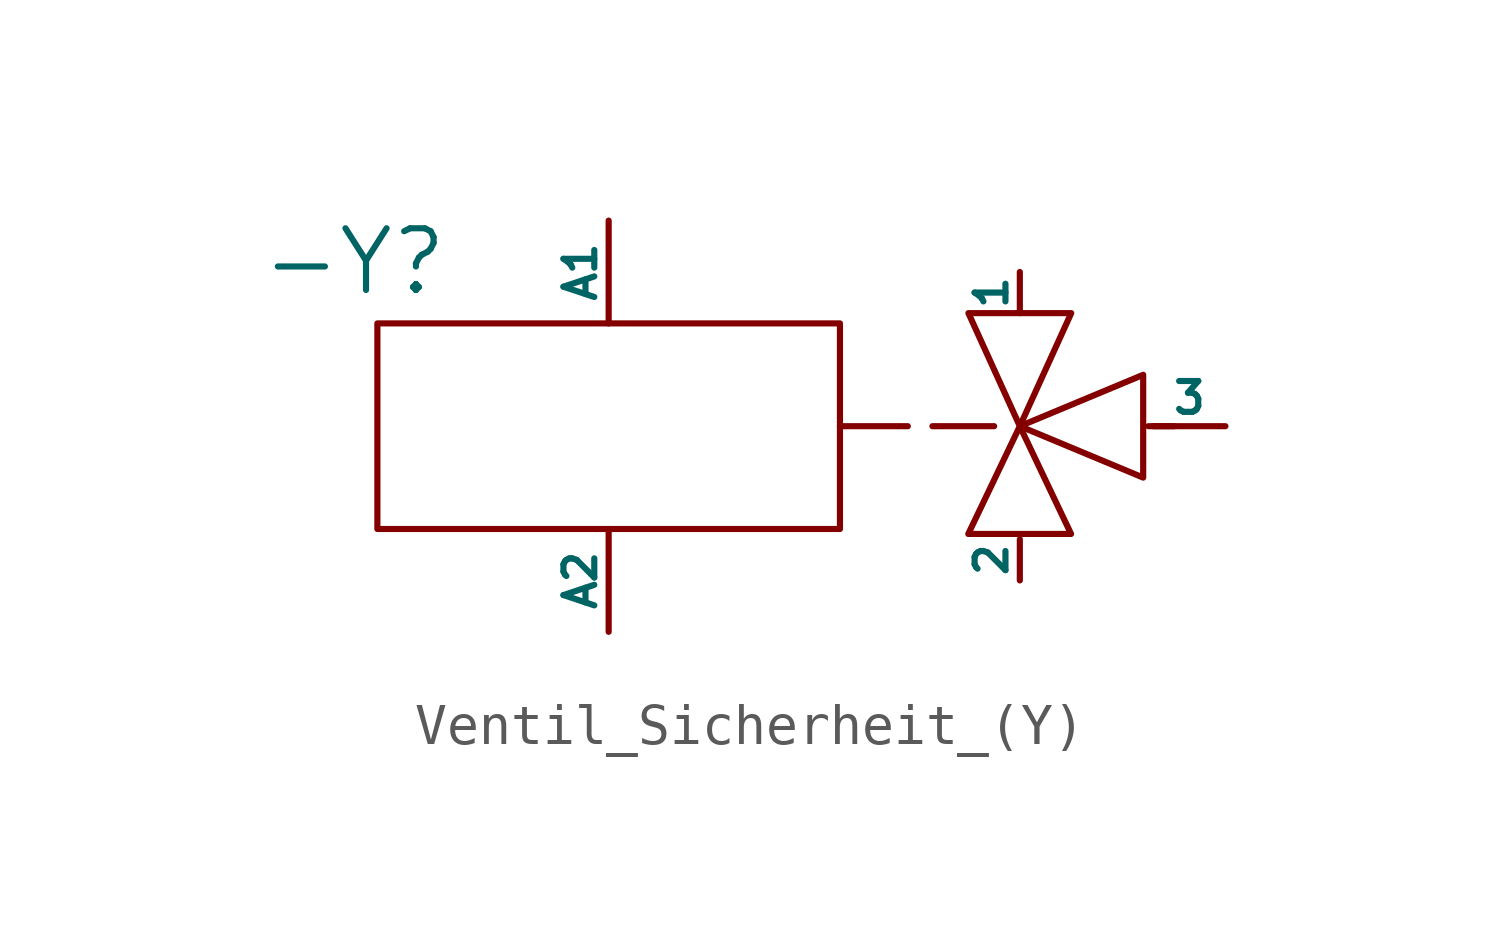
<source format=kicad_sym>
(kicad_symbol_lib
  (version 20241209)
  (generator "kicad_symbol_editor")
  (generator_version "9.0")
  (symbol "Ventil_Sicherheit_(Y)"
    (pin_numbers
      (hide yes))
    (pin_names
      (offset 0))
    (property "Reference" "-Y"
      (at -8.636 4.064 0)
      (do_not_autoplace)
      (effects (font (size 1.524 1.524)) (justify left)))
    (property "Value" ""
      (at 0 0 0)
      (effects (font (size 1.27 1.27))))
    (symbol "Ventil_Sicherheit_(Y)_0_1"
      (rectangle (start -5.715 2.54) (end 5.715 -2.54) (stroke (width 0) (type default)) (fill (type none)))
      (polyline (pts (xy 10.16 0) (xy 13.208 1.27) (xy 13.208 -1.27) (xy 10.16 0)) (stroke (width 0) (type default)) (fill (type none)))
      (polyline (pts (xy 13.335 0) (xy 13.97 0)) (stroke (width 0) (type default)) (fill (type none))))
    (symbol "Ventil_Sicherheit_(Y)_1_1"
      (polyline (pts (xy 5.715 0) (xy 9.525 0)) (stroke (width 0) (type dash)) (fill (type none)))
      (polyline (pts (xy 10.16 0) (xy 8.886 -2.662) (xy 11.426 -2.662) (xy 10.16 0) (xy 8.89 2.794) (xy 11.43 2.794) (xy 10.16 0)) (stroke (width 0) (type solid)) (fill (type none)))
      (pin input line (at 0 5.08 270) (length 2.54) (name "A1" (effects (font (size 0.762 0.762)))) (number "A1" (effects (font (size 0.508 0.508)))))
      (pin output line (at 0 -5.08 90) (length 2.54) (name "A2" (effects (font (size 0.762 0.762)))) (number "A2" (effects (font (size 0.508 0.508)))))
      (pin passive line (at 10.16 3.81 270) (length 1.016) (name "1" (effects (font (size 0.762 0.762)))) (number "1" (effects (font (size 0.508 0.508)))))
      (pin passive line (at 10.16 -3.81 90) (length 1.016) (name "2" (effects (font (size 0.762 0.762)))) (number "2" (effects (font (size 0.508 0.508)))))
      (pin passive line (at 15.24 0 180) (length 1.778) (name "3" (effects (font (size 0.762 0.762)))) (number "3" (effects (font (size 0.508 0.508))))))))
</source>
